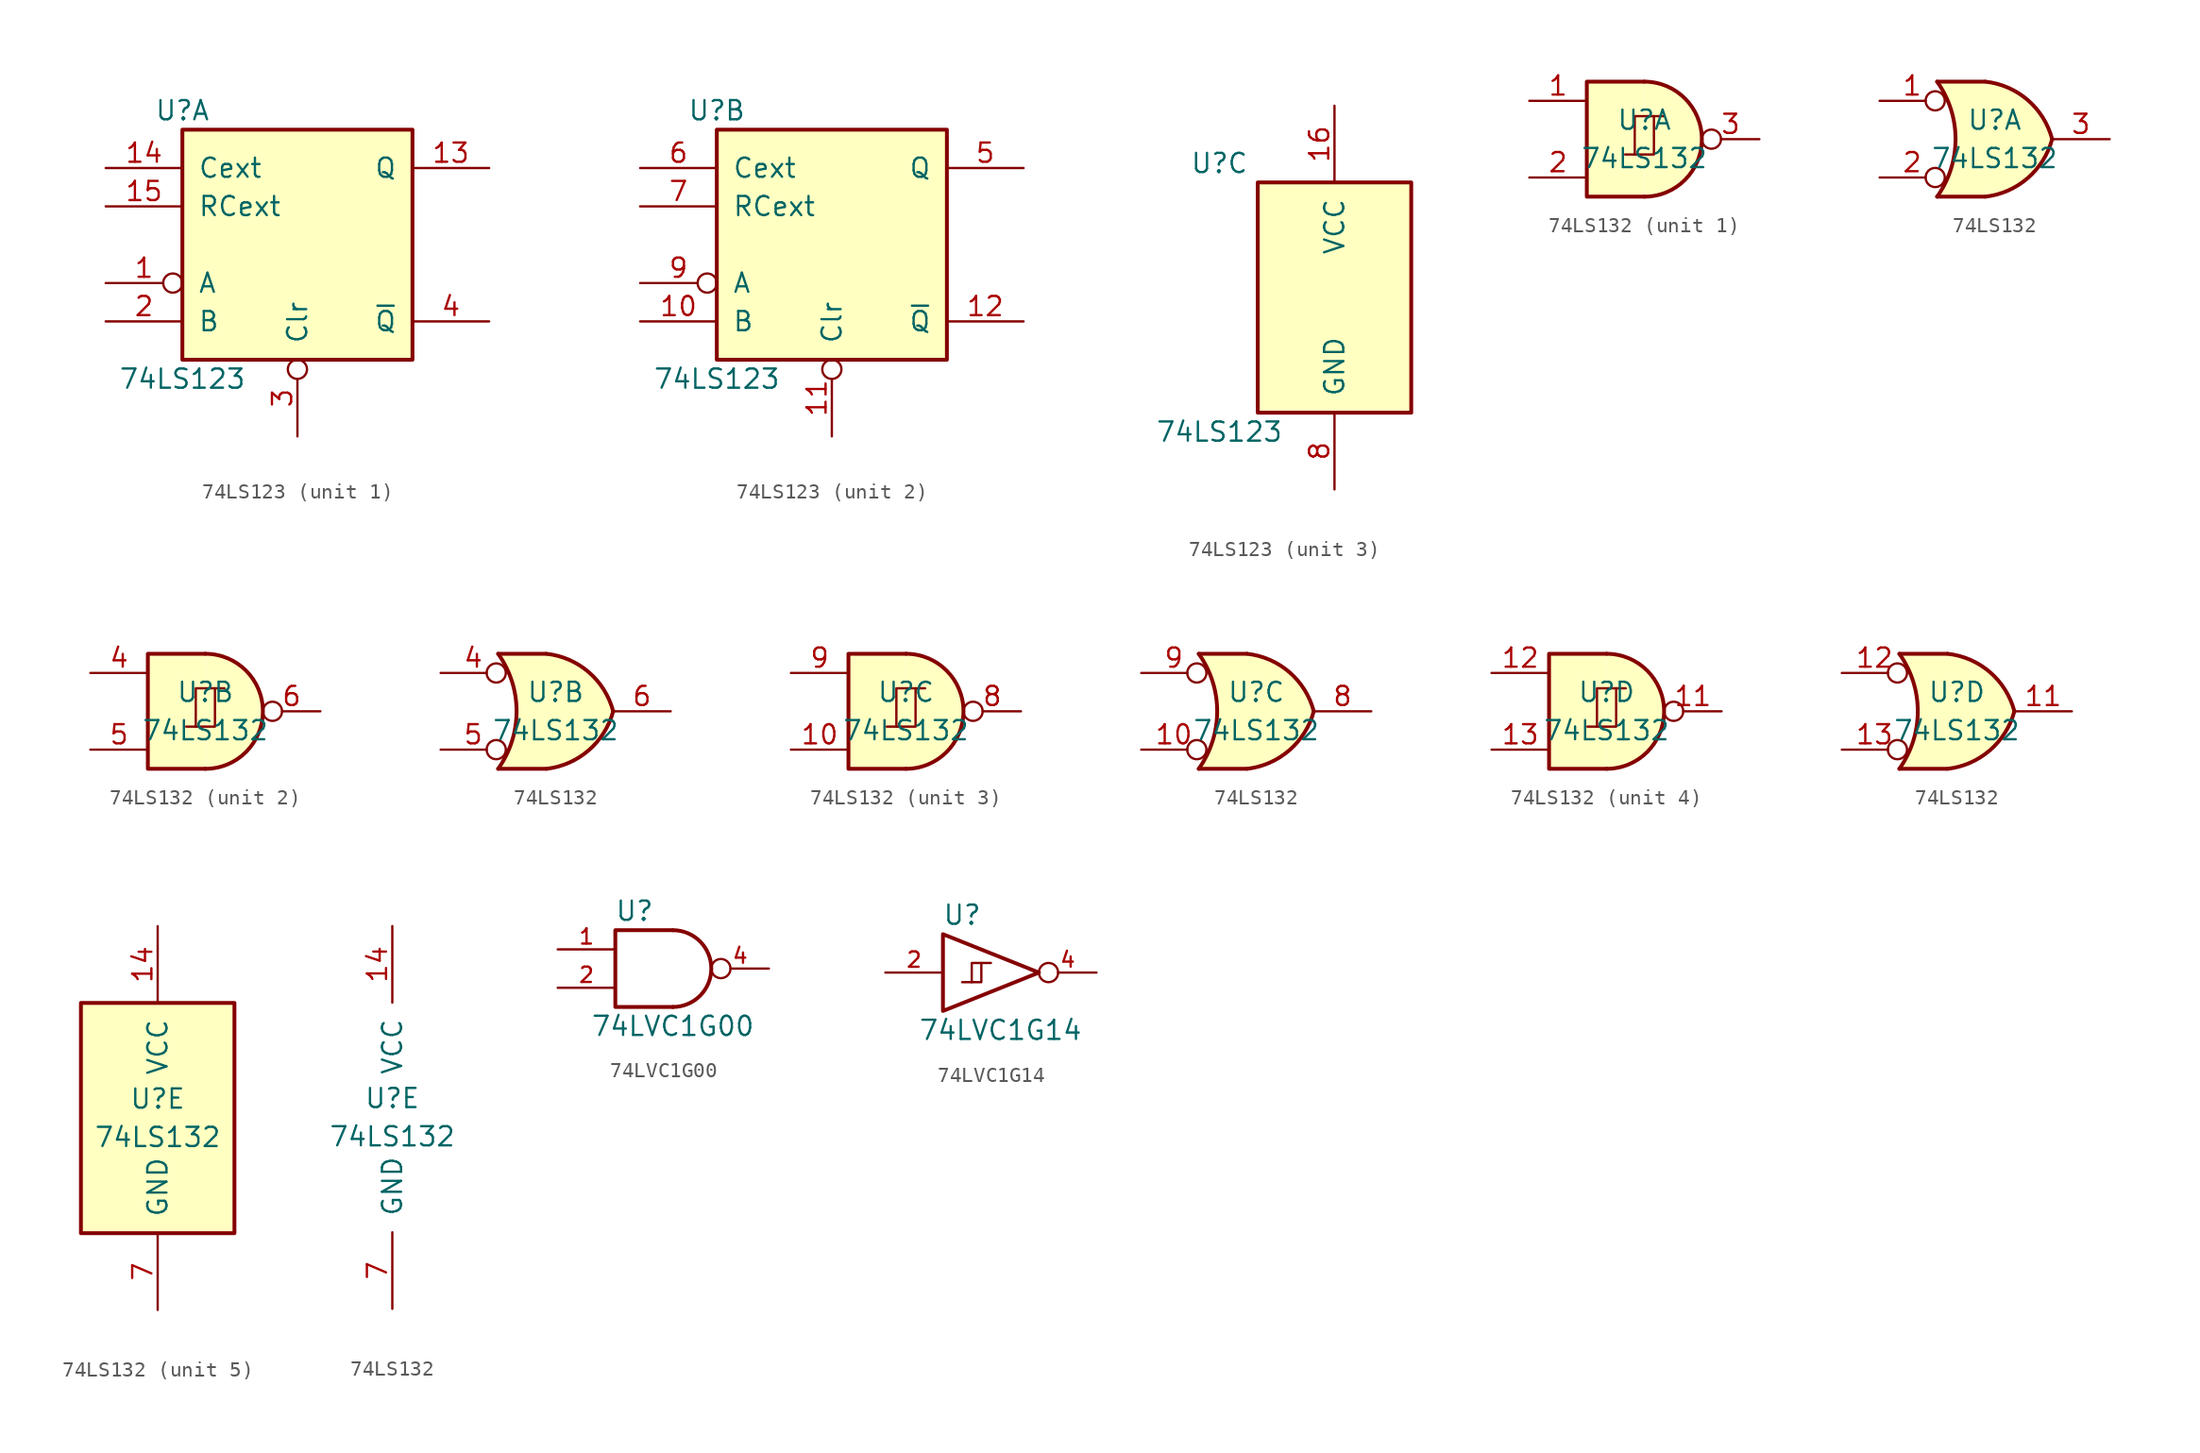
<source format=kicad_sym>
(kicad_symbol_lib
  (version 20220914)
  (generator kicad_symbol_editor)
  (symbol "74LS123"
    (pin_names
      (offset 1.016))
    (property "Reference" "U"
      (at -7.62 8.89 0)
      (effects (font (size 1.27 1.27))))
    (property "Value" "74LS123"
      (at -7.62 -8.89 0)
      (effects (font (size 1.27 1.27))))
    (property "ki_locked" ""
      (at 0 0 0)
      (effects (font (size 1.27 1.27))))
    (symbol "74LS123_1_0"
      (pin input inverted (at -12.7 -2.54 0) (length 5.08) (name "A" (effects (font (size 1.27 1.27)))) (number "1" (effects (font (size 1.27 1.27)))))
      (pin output line (at 12.7 5.08 180) (length 5.08) (name "Q" (effects (font (size 1.27 1.27)))) (number "13" (effects (font (size 1.27 1.27)))))
      (pin input line (at -12.7 5.08 0) (length 5.08) (name "Cext" (effects (font (size 1.27 1.27)))) (number "14" (effects (font (size 1.27 1.27)))))
      (pin input line (at -12.7 2.54 0) (length 5.08) (name "RCext" (effects (font (size 1.27 1.27)))) (number "15" (effects (font (size 1.27 1.27)))))
      (pin input line (at -12.7 -5.08 0) (length 5.08) (name "B" (effects (font (size 1.27 1.27)))) (number "2" (effects (font (size 1.27 1.27)))))
      (pin input inverted (at 0 -12.7 90) (length 5.08) (name "Clr" (effects (font (size 1.27 1.27)))) (number "3" (effects (font (size 1.27 1.27)))))
      (pin output line (at 12.7 -5.08 180) (length 5.08) (name "~{Q}" (effects (font (size 1.27 1.27)))) (number "4" (effects (font (size 1.27 1.27))))))
    (symbol "74LS123_1_1"
      (rectangle (start -7.62 7.62) (end 7.62 -7.62) (stroke (width 0.254) (type default)) (fill (type background))))
    (symbol "74LS123_2_0"
      (pin input line (at -12.7 -5.08 0) (length 5.08) (name "B" (effects (font (size 1.27 1.27)))) (number "10" (effects (font (size 1.27 1.27)))))
      (pin input inverted (at 0 -12.7 90) (length 5.08) (name "Clr" (effects (font (size 1.27 1.27)))) (number "11" (effects (font (size 1.27 1.27)))))
      (pin output line (at 12.7 -5.08 180) (length 5.08) (name "~{Q}" (effects (font (size 1.27 1.27)))) (number "12" (effects (font (size 1.27 1.27)))))
      (pin output line (at 12.7 5.08 180) (length 5.08) (name "Q" (effects (font (size 1.27 1.27)))) (number "5" (effects (font (size 1.27 1.27)))))
      (pin input line (at -12.7 5.08 0) (length 5.08) (name "Cext" (effects (font (size 1.27 1.27)))) (number "6" (effects (font (size 1.27 1.27)))))
      (pin input line (at -12.7 2.54 0) (length 5.08) (name "RCext" (effects (font (size 1.27 1.27)))) (number "7" (effects (font (size 1.27 1.27)))))
      (pin input inverted (at -12.7 -2.54 0) (length 5.08) (name "A" (effects (font (size 1.27 1.27)))) (number "9" (effects (font (size 1.27 1.27))))))
    (symbol "74LS123_2_1"
      (rectangle (start -7.62 7.62) (end 7.62 -7.62) (stroke (width 0.254) (type default)) (fill (type background))))
    (symbol "74LS123_3_0"
      (pin power_in line (at 0 12.7 270) (length 5.08) (name "VCC" (effects (font (size 1.27 1.27)))) (number "16" (effects (font (size 1.27 1.27)))))
      (pin power_in line (at 0 -12.7 90) (length 5.08) (name "GND" (effects (font (size 1.27 1.27)))) (number "8" (effects (font (size 1.27 1.27))))))
    (symbol "74LS123_3_1"
      (rectangle (start -5.08 7.62) (end 5.08 -7.62) (stroke (width 0.254) (type default)) (fill (type background)))))
  (symbol "74LS132"
    (pin_names
      (offset 1.016))
    (property "Reference" "U"
      (at 0 1.27 0)
      (effects (font (size 1.27 1.27))))
    (property "Value" "74LS132"
      (at 0 -1.27 0)
      (effects (font (size 1.27 1.27))))
    (property "ki_locked" ""
      (at 0 0 0)
      (effects (font (size 1.27 1.27))))
    (symbol "74LS132_1_1"
      (arc (start 0 -3.81) (mid 3.7934 0) (end 0 3.81) (stroke (width 0.254) (type default)) (fill (type background)))
      (polyline (pts (xy -0.635 -1.016) (xy -0.635 1.524) (xy 0.635 1.524)) (stroke (width 0) (type default)) (fill (type none)))
      (polyline (pts (xy -1.27 -1.016) (xy 0.635 -1.016) (xy 0.635 1.524) (xy 1.27 1.524)) (stroke (width 0) (type default)) (fill (type none)))
      (polyline (pts (xy 0 3.81) (xy -3.81 3.81) (xy -3.81 -3.81) (xy 0 -3.81)) (stroke (width 0.254) (type default)) (fill (type background)))
      (pin input line (at -7.62 2.54 0) (length 3.81) (name "~" (effects (font (size 1.27 1.27)))) (number "1" (effects (font (size 1.27 1.27)))))
      (pin input line (at -7.62 -2.54 0) (length 3.81) (name "~" (effects (font (size 1.27 1.27)))) (number "2" (effects (font (size 1.27 1.27)))))
      (pin output inverted (at 7.62 0 180) (length 3.81) (name "~" (effects (font (size 1.27 1.27)))) (number "3" (effects (font (size 1.27 1.27))))))
    (symbol "74LS132_1_2"
      (arc (start -3.81 -3.81) (mid -2.589 0) (end -3.81 3.81) (stroke (width 0.254) (type default)) (fill (type none)))
      (arc (start -0.6096 -3.81) (mid 2.1842 -2.5851) (end 3.81 0) (stroke (width 0.254) (type default)) (fill (type background)))
      (polyline (pts (xy -3.81 -3.81) (xy -0.635 -3.81)) (stroke (width 0.254) (type default)) (fill (type background)))
      (polyline (pts (xy -3.81 3.81) (xy -0.635 3.81)) (stroke (width 0.254) (type default)) (fill (type background)))
      (polyline (pts (xy -0.635 3.81) (xy -3.81 3.81) (xy -3.81 3.81) (xy -3.556 3.404) (xy -3.023 2.261) (xy -2.692 1.041) (xy -2.616 -0.254) (xy -2.769 -1.499) (xy -3.175 -2.718) (xy -3.81 -3.81) (xy -3.81 -3.81) (xy -0.635 -3.81)) (stroke (width -25.4) (type default)) (fill (type background)))
      (arc (start 3.81 0) (mid 2.1915 2.5936) (end -0.6096 3.81) (stroke (width 0.254) (type default)) (fill (type background)))
      (pin input inverted (at -7.62 2.54 0) (length 4.318) (name "~" (effects (font (size 1.27 1.27)))) (number "1" (effects (font (size 1.27 1.27)))))
      (pin input inverted (at -7.62 -2.54 0) (length 4.318) (name "~" (effects (font (size 1.27 1.27)))) (number "2" (effects (font (size 1.27 1.27)))))
      (pin output line (at 7.62 0 180) (length 3.81) (name "~" (effects (font (size 1.27 1.27)))) (number "3" (effects (font (size 1.27 1.27))))))
    (symbol "74LS132_2_1"
      (arc (start 0 -3.81) (mid 3.7934 0) (end 0 3.81) (stroke (width 0.254) (type default)) (fill (type background)))
      (polyline (pts (xy -0.635 -1.016) (xy -0.635 1.524) (xy 0.635 1.524)) (stroke (width 0) (type default)) (fill (type none)))
      (polyline (pts (xy -1.27 -1.016) (xy 0.635 -1.016) (xy 0.635 1.524) (xy 1.27 1.524)) (stroke (width 0) (type default)) (fill (type none)))
      (polyline (pts (xy 0 3.81) (xy -3.81 3.81) (xy -3.81 -3.81) (xy 0 -3.81)) (stroke (width 0.254) (type default)) (fill (type background)))
      (pin input line (at -7.62 2.54 0) (length 3.81) (name "~" (effects (font (size 1.27 1.27)))) (number "4" (effects (font (size 1.27 1.27)))))
      (pin input line (at -7.62 -2.54 0) (length 3.81) (name "~" (effects (font (size 1.27 1.27)))) (number "5" (effects (font (size 1.27 1.27)))))
      (pin output inverted (at 7.62 0 180) (length 3.81) (name "~" (effects (font (size 1.27 1.27)))) (number "6" (effects (font (size 1.27 1.27))))))
    (symbol "74LS132_2_2"
      (arc (start -3.81 -3.81) (mid -2.589 0) (end -3.81 3.81) (stroke (width 0.254) (type default)) (fill (type none)))
      (arc (start -0.6096 -3.81) (mid 2.1842 -2.5851) (end 3.81 0) (stroke (width 0.254) (type default)) (fill (type background)))
      (polyline (pts (xy -3.81 -3.81) (xy -0.635 -3.81)) (stroke (width 0.254) (type default)) (fill (type background)))
      (polyline (pts (xy -3.81 3.81) (xy -0.635 3.81)) (stroke (width 0.254) (type default)) (fill (type background)))
      (polyline (pts (xy -0.635 3.81) (xy -3.81 3.81) (xy -3.81 3.81) (xy -3.556 3.404) (xy -3.023 2.261) (xy -2.692 1.041) (xy -2.616 -0.254) (xy -2.769 -1.499) (xy -3.175 -2.718) (xy -3.81 -3.81) (xy -3.81 -3.81) (xy -0.635 -3.81)) (stroke (width -25.4) (type default)) (fill (type background)))
      (arc (start 3.81 0) (mid 2.1915 2.5936) (end -0.6096 3.81) (stroke (width 0.254) (type default)) (fill (type background)))
      (pin input inverted (at -7.62 2.54 0) (length 4.318) (name "~" (effects (font (size 1.27 1.27)))) (number "4" (effects (font (size 1.27 1.27)))))
      (pin input inverted (at -7.62 -2.54 0) (length 4.318) (name "~" (effects (font (size 1.27 1.27)))) (number "5" (effects (font (size 1.27 1.27)))))
      (pin output line (at 7.62 0 180) (length 3.81) (name "~" (effects (font (size 1.27 1.27)))) (number "6" (effects (font (size 1.27 1.27))))))
    (symbol "74LS132_3_1"
      (arc (start 0 -3.81) (mid 3.7934 0) (end 0 3.81) (stroke (width 0.254) (type default)) (fill (type background)))
      (polyline (pts (xy -0.635 -1.016) (xy -0.635 1.524) (xy 0.635 1.524)) (stroke (width 0) (type default)) (fill (type none)))
      (polyline (pts (xy -1.27 -1.016) (xy 0.635 -1.016) (xy 0.635 1.524) (xy 1.27 1.524)) (stroke (width 0) (type default)) (fill (type none)))
      (polyline (pts (xy 0 3.81) (xy -3.81 3.81) (xy -3.81 -3.81) (xy 0 -3.81)) (stroke (width 0.254) (type default)) (fill (type background)))
      (pin input line (at -7.62 -2.54 0) (length 3.81) (name "~" (effects (font (size 1.27 1.27)))) (number "10" (effects (font (size 1.27 1.27)))))
      (pin output inverted (at 7.62 0 180) (length 3.81) (name "~" (effects (font (size 1.27 1.27)))) (number "8" (effects (font (size 1.27 1.27)))))
      (pin input line (at -7.62 2.54 0) (length 3.81) (name "~" (effects (font (size 1.27 1.27)))) (number "9" (effects (font (size 1.27 1.27))))))
    (symbol "74LS132_3_2"
      (arc (start -3.81 -3.81) (mid -2.589 0) (end -3.81 3.81) (stroke (width 0.254) (type default)) (fill (type none)))
      (arc (start -0.6096 -3.81) (mid 2.1842 -2.5851) (end 3.81 0) (stroke (width 0.254) (type default)) (fill (type background)))
      (polyline (pts (xy -3.81 -3.81) (xy -0.635 -3.81)) (stroke (width 0.254) (type default)) (fill (type background)))
      (polyline (pts (xy -3.81 3.81) (xy -0.635 3.81)) (stroke (width 0.254) (type default)) (fill (type background)))
      (polyline (pts (xy -0.635 3.81) (xy -3.81 3.81) (xy -3.81 3.81) (xy -3.556 3.404) (xy -3.023 2.261) (xy -2.692 1.041) (xy -2.616 -0.254) (xy -2.769 -1.499) (xy -3.175 -2.718) (xy -3.81 -3.81) (xy -3.81 -3.81) (xy -0.635 -3.81)) (stroke (width -25.4) (type default)) (fill (type background)))
      (arc (start 3.81 0) (mid 2.1915 2.5936) (end -0.6096 3.81) (stroke (width 0.254) (type default)) (fill (type background)))
      (pin input inverted (at -7.62 -2.54 0) (length 4.318) (name "~" (effects (font (size 1.27 1.27)))) (number "10" (effects (font (size 1.27 1.27)))))
      (pin output line (at 7.62 0 180) (length 3.81) (name "~" (effects (font (size 1.27 1.27)))) (number "8" (effects (font (size 1.27 1.27)))))
      (pin input inverted (at -7.62 2.54 0) (length 4.318) (name "~" (effects (font (size 1.27 1.27)))) (number "9" (effects (font (size 1.27 1.27))))))
    (symbol "74LS132_4_1"
      (arc (start 0 -3.81) (mid 3.7934 0) (end 0 3.81) (stroke (width 0.254) (type default)) (fill (type background)))
      (polyline (pts (xy -0.635 -1.016) (xy -0.635 1.524) (xy 0.635 1.524)) (stroke (width 0) (type default)) (fill (type none)))
      (polyline (pts (xy -1.27 -1.016) (xy 0.635 -1.016) (xy 0.635 1.524) (xy 1.27 1.524)) (stroke (width 0) (type default)) (fill (type none)))
      (polyline (pts (xy 0 3.81) (xy -3.81 3.81) (xy -3.81 -3.81) (xy 0 -3.81)) (stroke (width 0.254) (type default)) (fill (type background)))
      (pin output inverted (at 7.62 0 180) (length 3.81) (name "~" (effects (font (size 1.27 1.27)))) (number "11" (effects (font (size 1.27 1.27)))))
      (pin input line (at -7.62 2.54 0) (length 3.81) (name "~" (effects (font (size 1.27 1.27)))) (number "12" (effects (font (size 1.27 1.27)))))
      (pin input line (at -7.62 -2.54 0) (length 3.81) (name "~" (effects (font (size 1.27 1.27)))) (number "13" (effects (font (size 1.27 1.27))))))
    (symbol "74LS132_4_2"
      (arc (start -3.81 -3.81) (mid -2.589 0) (end -3.81 3.81) (stroke (width 0.254) (type default)) (fill (type none)))
      (arc (start -0.6096 -3.81) (mid 2.1842 -2.5851) (end 3.81 0) (stroke (width 0.254) (type default)) (fill (type background)))
      (polyline (pts (xy -3.81 -3.81) (xy -0.635 -3.81)) (stroke (width 0.254) (type default)) (fill (type background)))
      (polyline (pts (xy -3.81 3.81) (xy -0.635 3.81)) (stroke (width 0.254) (type default)) (fill (type background)))
      (polyline (pts (xy -0.635 3.81) (xy -3.81 3.81) (xy -3.81 3.81) (xy -3.556 3.404) (xy -3.023 2.261) (xy -2.692 1.041) (xy -2.616 -0.254) (xy -2.769 -1.499) (xy -3.175 -2.718) (xy -3.81 -3.81) (xy -3.81 -3.81) (xy -0.635 -3.81)) (stroke (width -25.4) (type default)) (fill (type background)))
      (arc (start 3.81 0) (mid 2.1915 2.5936) (end -0.6096 3.81) (stroke (width 0.254) (type default)) (fill (type background)))
      (pin output line (at 7.62 0 180) (length 3.81) (name "~" (effects (font (size 1.27 1.27)))) (number "11" (effects (font (size 1.27 1.27)))))
      (pin input inverted (at -7.62 2.54 0) (length 4.318) (name "~" (effects (font (size 1.27 1.27)))) (number "12" (effects (font (size 1.27 1.27)))))
      (pin input inverted (at -7.62 -2.54 0) (length 4.318) (name "~" (effects (font (size 1.27 1.27)))) (number "13" (effects (font (size 1.27 1.27))))))
    (symbol "74LS132_5_0"
      (pin power_in line (at 0 12.7 270) (length 5.08) (name "VCC" (effects (font (size 1.27 1.27)))) (number "14" (effects (font (size 1.27 1.27)))))
      (pin power_in line (at 0 -12.7 90) (length 5.08) (name "GND" (effects (font (size 1.27 1.27)))) (number "7" (effects (font (size 1.27 1.27))))))
    (symbol "74LS132_5_1"
      (rectangle (start -5.08 7.62) (end 5.08 -7.62) (stroke (width 0.254) (type default)) (fill (type background)))))
  (symbol "74LVC1G00"
    (pin_names
      (offset 1.016))
    (property "Reference" "U"
      (at -2.54 3.81 0)
      (effects (font (size 1.27 1.27))))
    (property "Value" "74LVC1G00"
      (at 0 -3.81 0)
      (effects (font (size 1.27 1.27))))
    (symbol "74LVC1G00_0_1"
      (arc (start 0 -2.54) (mid 2.529 0) (end 0 2.54) (stroke (width 0.254) (type default)) (fill (type none)))
      (polyline (pts (xy 0 -2.54) (xy -3.81 -2.54) (xy -3.81 2.54) (xy 0 2.54)) (stroke (width 0.254) (type default)) (fill (type none))))
    (symbol "74LVC1G00_1_1"
      (pin input line (at -7.62 1.27 0) (length 3.81) (name "~" (effects (font (size 1.016 1.016)))) (number "1" (effects (font (size 1.016 1.016)))))
      (pin input line (at -7.62 -1.27 0) (length 3.81) (name "~" (effects (font (size 1.016 1.016)))) (number "2" (effects (font (size 1.016 1.016)))))
      (pin power_in line (at 0 -2.54 270) (length 0) hide (name "GND" (effects (font (size 1.016 1.016)))) (number "3" (effects (font (size 1.016 1.016)))))
      (pin output inverted (at 6.35 0 180) (length 3.81) (name "~" (effects (font (size 1.016 1.016)))) (number "4" (effects (font (size 1.016 1.016)))))
      (pin power_in line (at 0 2.54 90) (length 0) hide (name "+5V" (effects (font (size 1.016 1.016)))) (number "5" (effects (font (size 1.016 1.016)))))))
  (symbol "74LVC1G14"
    (pin_names
      (offset 1.016))
    (property "Reference" "U"
      (at -2.54 3.81 0)
      (effects (font (size 1.27 1.27))))
    (property "Value" "74LVC1G14"
      (at 0 -3.81 0)
      (effects (font (size 1.27 1.27))))
    (symbol "74LVC1G14_0_0"
      (pin no_connect line (at 2.54 2.54 90) (length 2.54) hide (name "N/C" (effects (font (size 1.27 1.27)))) (number "1" (effects (font (size 1.27 1.27))))))
    (symbol "74LVC1G14_0_1"
      (polyline (pts (xy -1.905 -0.635) (xy -1.27 -0.635) (xy -1.27 0.635)) (stroke (width 0) (type default)) (fill (type none)))
      (polyline (pts (xy -3.81 2.54) (xy -3.81 -2.54) (xy 2.54 0) (xy -3.81 2.54)) (stroke (width 0.254) (type default)) (fill (type none)))
      (polyline (pts (xy -2.54 -0.635) (xy -1.905 -0.635) (xy -1.905 0.635) (xy -0.635 0.635)) (stroke (width 0) (type default)) (fill (type none))))
    (symbol "74LVC1G14_1_1"
      (pin input line (at -7.62 0 0) (length 3.81) (name "~" (effects (font (size 1.016 1.016)))) (number "2" (effects (font (size 1.016 1.016)))))
      (pin power_in line (at 0 -2.54 270) (length 0) hide (name "GND" (effects (font (size 1.016 1.016)))) (number "3" (effects (font (size 1.016 1.016)))))
      (pin output inverted (at 6.35 0 180) (length 3.81) (name "~" (effects (font (size 1.016 1.016)))) (number "4" (effects (font (size 1.016 1.016)))))
      (pin power_in line (at 0 2.54 90) (length 0) hide (name "+5V" (effects (font (size 1.016 1.016)))) (number "5" (effects (font (size 1.016 1.016))))))))
</source>
